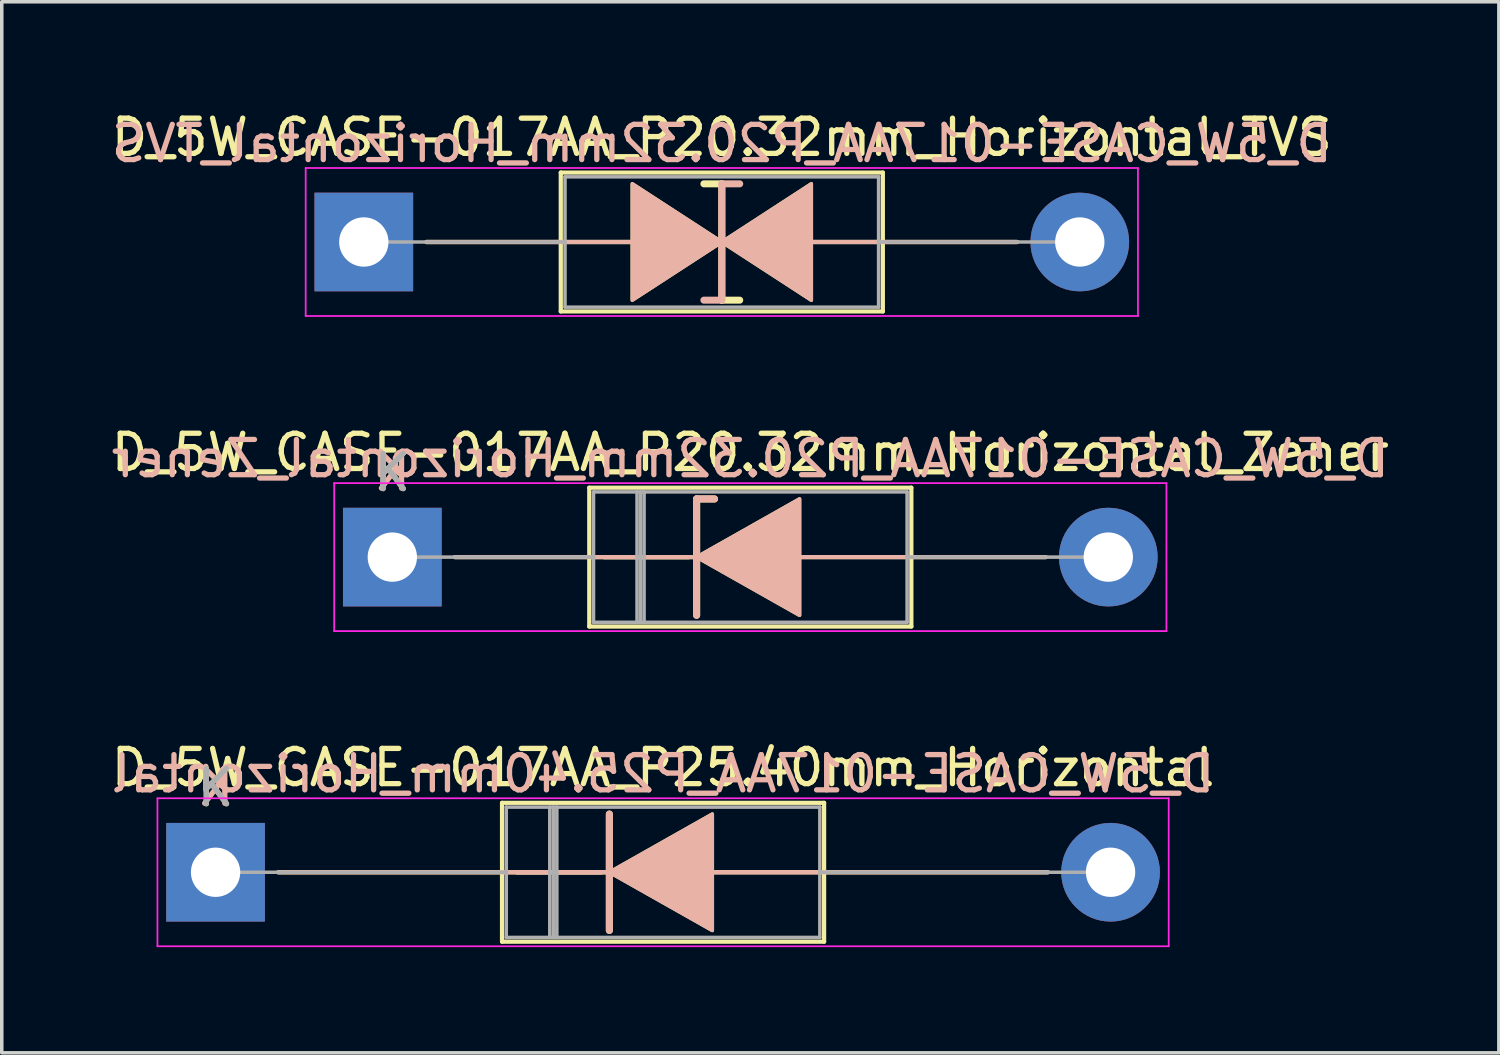
<source format=kicad_pcb>
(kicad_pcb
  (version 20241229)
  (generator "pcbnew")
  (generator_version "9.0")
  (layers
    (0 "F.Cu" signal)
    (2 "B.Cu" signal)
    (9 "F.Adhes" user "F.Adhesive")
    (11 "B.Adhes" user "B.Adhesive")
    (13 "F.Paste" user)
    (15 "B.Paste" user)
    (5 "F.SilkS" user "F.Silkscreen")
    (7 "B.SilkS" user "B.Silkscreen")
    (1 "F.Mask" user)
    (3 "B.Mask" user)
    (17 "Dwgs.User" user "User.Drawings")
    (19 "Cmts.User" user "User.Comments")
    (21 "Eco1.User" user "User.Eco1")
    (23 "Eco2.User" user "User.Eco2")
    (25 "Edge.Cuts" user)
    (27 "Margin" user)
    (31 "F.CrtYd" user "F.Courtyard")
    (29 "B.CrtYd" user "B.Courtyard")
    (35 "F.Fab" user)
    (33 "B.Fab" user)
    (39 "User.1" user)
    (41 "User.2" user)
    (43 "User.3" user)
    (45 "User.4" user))
  (footprint "D_5W_CASE-017AA_P20.32mm_Horizontal_TVS"
    (layer "F.Cu")
    (at 7.275 3.818)
    (property "Reference" "D_5W_CASE-017AA_P20.32mm_Horizontal_TVS" (at 10.16 -2.97 0) (layer "F.SilkS") (effects (font (size 1 1) (thickness 0.15))))
    (fp_line (start 1.778 0) (end 5.59 0) (stroke (width 0.12) (type solid)) (layer "F.SilkS"))
    (fp_line (start 5.588 0) (end 7.62 0) (stroke (width 0.12) (type solid)) (layer "F.SilkS"))
    (fp_line (start 5.59 -1.97) (end 5.59 1.97) (stroke (width 0.12) (type solid)) (layer "F.SilkS"))
    (fp_line (start 5.59 1.97) (end 14.73 1.97) (stroke (width 0.12) (type solid)) (layer "F.SilkS"))
    (fp_line (start 10.16 -1.651) (end 9.652 -1.651) (stroke (width 0.2) (type solid)) (layer "F.SilkS"))
    (fp_line (start 10.16 1.651) (end 10.16 -1.651) (stroke (width 0.2) (type solid)) (layer "F.SilkS"))
    (fp_line (start 10.668 1.651) (end 10.16 1.651) (stroke (width 0.2) (type solid)) (layer "F.SilkS"))
    (fp_line (start 14.73 -1.97) (end 5.59 -1.97) (stroke (width 0.12) (type solid)) (layer "F.SilkS"))
    (fp_line (start 14.73 0) (end 12.7 0) (stroke (width 0.12) (type solid)) (layer "F.SilkS"))
    (fp_line (start 14.73 1.97) (end 14.73 -1.97) (stroke (width 0.12) (type solid)) (layer "F.SilkS"))
    (fp_line (start 18.542 0) (end 14.73 0) (stroke (width 0.12) (type solid)) (layer "F.SilkS"))
    (fp_poly (pts (xy 10.16 0) (xy 7.62 1.651) (xy 7.62 -1.651)) (stroke (width 0.1) (type solid)) (fill yes) (layer "F.SilkS"))
    (fp_poly (pts (xy 10.16 0) (xy 12.7 -1.651) (xy 12.7 1.651)) (stroke (width 0.1) (type solid)) (fill yes) (layer "F.SilkS"))
    (fp_line (start 1.778 0) (end 5.59 0) (stroke (width 0.12) (type solid)) (layer "B.SilkS"))
    (fp_line (start 5.588 0) (end 7.62 0) (stroke (width 0.12) (type solid)) (layer "B.SilkS"))
    (fp_line (start 10.16 -1.651) (end 10.16 1.651) (stroke (width 0.2) (type solid)) (layer "B.SilkS"))
    (fp_line (start 10.16 1.651) (end 9.652 1.651) (stroke (width 0.2) (type solid)) (layer "B.SilkS"))
    (fp_line (start 10.668 -1.651) (end 10.16 -1.651) (stroke (width 0.2) (type solid)) (layer "B.SilkS"))
    (fp_line (start 14.73 0) (end 12.7 0) (stroke (width 0.12) (type solid)) (layer "B.SilkS"))
    (fp_line (start 18.542 0) (end 14.73 0) (stroke (width 0.12) (type solid)) (layer "B.SilkS"))
    (fp_poly (pts (xy 10.16 0) (xy 7.62 -1.651) (xy 7.62 1.651)) (stroke (width 0.1) (type solid)) (fill yes) (layer "B.SilkS"))
    (fp_poly (pts (xy 10.16 0) (xy 12.7 1.651) (xy 12.7 -1.651)) (stroke (width 0.1) (type solid)) (fill yes) (layer "B.SilkS"))
    (fp_line (start -1.65 -2.1) (end -1.65 2.1) (stroke (width 0.05) (type solid)) (layer "F.CrtYd"))
    (fp_line (start -1.65 2.1) (end 21.97 2.1) (stroke (width 0.05) (type solid)) (layer "F.CrtYd"))
    (fp_line (start 21.97 -2.1) (end -1.65 -2.1) (stroke (width 0.05) (type solid)) (layer "F.CrtYd"))
    (fp_line (start 21.97 2.1) (end 21.97 -2.1) (stroke (width 0.05) (type solid)) (layer "F.CrtYd"))
    (fp_line (start 0 0) (end 5.71 0) (stroke (width 0.1) (type solid)) (layer "F.Fab"))
    (fp_line (start 5.71 -1.85) (end 5.71 1.85) (stroke (width 0.1) (type solid)) (layer "F.Fab"))
    (fp_line (start 5.71 1.85) (end 14.61 1.85) (stroke (width 0.1) (type solid)) (layer "F.Fab"))
    (fp_line (start 14.61 -1.85) (end 5.71 -1.85) (stroke (width 0.1) (type solid)) (layer "F.Fab"))
    (fp_line (start 14.61 1.85) (end 14.61 -1.85) (stroke (width 0.1) (type solid)) (layer "F.Fab"))
    (fp_line (start 20.32 0) (end 14.61 0) (stroke (width 0.1) (type solid)) (layer "F.Fab"))
    (fp_text user "${REFERENCE}" (at 10.16 -2.794 0) (layer "B.SilkS") (effects (font (size 1 1) (thickness 0.15)) (justify mirror)))
    (pad "1" thru_hole rect (at 0 0) (size 2.8 2.8) (drill 1.4) (layers "*.Cu" "*.Mask"))
    (pad "2" thru_hole oval (at 20.32 0) (size 2.8 2.8) (drill 1.4) (layers "*.Cu" "*.Mask")))
  (footprint "D_5W_CASE-017AA_P20.32mm_Horizontal_Zener"
    (layer "F.Cu")
    (at 8.084 12.761)
    (property "Reference" "D_5W_CASE-017AA_P20.32mm_Horizontal_Zener" (at 10.16 -2.97 0) (layer "F.SilkS") (effects (font (size 1 1) (thickness 0.15))))
    (fp_line (start 1.778 0) (end 8.41 0) (stroke (width 0.12) (type solid)) (layer "F.SilkS"))
    (fp_line (start 5.59 -1.97) (end 5.59 1.97) (stroke (width 0.12) (type solid)) (layer "F.SilkS"))
    (fp_line (start 5.59 1.97) (end 14.73 1.97) (stroke (width 0.12) (type solid)) (layer "F.SilkS"))
    (fp_line (start 8.636 -1.651) (end 8.636 1.651) (stroke (width 0.2) (type solid)) (layer "F.SilkS"))
    (fp_line (start 8.636 -1.651) (end 9.144 -1.651) (stroke (width 0.2) (type solid)) (layer "F.SilkS"))
    (fp_line (start 8.636 0) (end 6.01 0) (stroke (width 0.12) (type solid)) (layer "F.SilkS"))
    (fp_line (start 14.73 -1.97) (end 5.59 -1.97) (stroke (width 0.12) (type solid)) (layer "F.SilkS"))
    (fp_line (start 14.73 1.97) (end 14.73 -1.97) (stroke (width 0.12) (type solid)) (layer "F.SilkS"))
    (fp_line (start 18.542 0) (end 11.43 0) (stroke (width 0.12) (type solid)) (layer "F.SilkS"))
    (fp_poly (pts (xy 11.557 1.651) (xy 8.636 0) (xy 11.557 -1.651)) (stroke (width 0.1) (type solid)) (fill yes) (layer "F.SilkS"))
    (fp_line (start 1.778 0) (end 8.41 0) (stroke (width 0.12) (type solid)) (layer "B.SilkS"))
    (fp_line (start 8.636 -1.651) (end 9.144 -1.651) (stroke (width 0.2) (type solid)) (layer "B.SilkS"))
    (fp_line (start 8.636 0) (end 6.01 0) (stroke (width 0.12) (type solid)) (layer "B.SilkS"))
    (fp_line (start 8.636 1.651) (end 8.636 -1.651) (stroke (width 0.2) (type solid)) (layer "B.SilkS"))
    (fp_line (start 18.542 0) (end 11.43 0) (stroke (width 0.12) (type solid)) (layer "B.SilkS"))
    (fp_poly (pts (xy 11.557 -1.651) (xy 8.636 0) (xy 11.557 1.651)) (stroke (width 0.1) (type solid)) (fill yes) (layer "B.SilkS"))
    (fp_line (start -1.65 -2.1) (end -1.65 2.1) (stroke (width 0.05) (type solid)) (layer "F.CrtYd"))
    (fp_line (start -1.65 2.1) (end 21.97 2.1) (stroke (width 0.05) (type solid)) (layer "F.CrtYd"))
    (fp_line (start 21.97 -2.1) (end -1.65 -2.1) (stroke (width 0.05) (type solid)) (layer "F.CrtYd"))
    (fp_line (start 21.97 2.1) (end 21.97 -2.1) (stroke (width 0.05) (type solid)) (layer "F.CrtYd"))
    (fp_line (start 0 0) (end 5.71 0) (stroke (width 0.1) (type solid)) (layer "F.Fab"))
    (fp_line (start 5.71 -1.85) (end 5.71 1.85) (stroke (width 0.1) (type solid)) (layer "F.Fab"))
    (fp_line (start 5.71 1.85) (end 14.61 1.85) (stroke (width 0.1) (type solid)) (layer "F.Fab"))
    (fp_line (start 6.945 -1.85) (end 6.945 1.85) (stroke (width 0.1) (type solid)) (layer "F.Fab"))
    (fp_line (start 7.045 -1.85) (end 7.045 1.85) (stroke (width 0.1) (type solid)) (layer "F.Fab"))
    (fp_line (start 7.145 -1.85) (end 7.145 1.85) (stroke (width 0.1) (type solid)) (layer "F.Fab"))
    (fp_line (start 14.61 -1.85) (end 5.71 -1.85) (stroke (width 0.1) (type solid)) (layer "F.Fab"))
    (fp_line (start 14.61 1.85) (end 14.61 -1.85) (stroke (width 0.1) (type solid)) (layer "F.Fab"))
    (fp_line (start 20.32 0) (end 14.61 0) (stroke (width 0.1) (type solid)) (layer "F.Fab"))
    (fp_text user "K" (at 0 -2.4 0) (layer "F.SilkS") (effects (font (size 1 1) (thickness 0.15))))
    (fp_text user "${REFERENCE}" (at 10.16 -2.794 0) (layer "B.SilkS") (effects (font (size 1 1) (thickness 0.15)) (justify mirror)))
    (fp_text user "K" (at 0 -2.413 0) (layer "B.SilkS") (effects (font (size 1 1) (thickness 0.15)) (justify mirror)))
    (fp_text user "K" (at 0 -2.4 0) (layer "F.Fab") (effects (font (size 1 1) (thickness 0.15))))
    (pad "1" thru_hole rect (at 0 0) (size 2.8 2.8) (drill 1.4) (layers "*.Cu" "*.Mask"))
    (pad "2" thru_hole oval (at 20.32 0) (size 2.8 2.8) (drill 1.4) (layers "*.Cu" "*.Mask")))
  (footprint "D_5W_CASE-017AA_P25.40mm_Horizontal"
    (layer "F.Cu")
    (at 3.068 21.705)
    (property "Reference" "D_5W_CASE-017AA_P25.40mm_Horizontal" (at 12.7 -2.97 0) (layer "F.SilkS") (effects (font (size 1 1) (thickness 0.15))))
    (fp_line (start 1.778 0) (end 10.95 0) (stroke (width 0.12) (type solid)) (layer "F.SilkS"))
    (fp_line (start 8.13 -1.97) (end 8.13 1.97) (stroke (width 0.12) (type solid)) (layer "F.SilkS"))
    (fp_line (start 8.13 1.97) (end 17.27 1.97) (stroke (width 0.12) (type solid)) (layer "F.SilkS"))
    (fp_line (start 11.176 -1.651) (end 11.176 1.651) (stroke (width 0.2) (type solid)) (layer "F.SilkS"))
    (fp_line (start 11.176 0) (end 8.55 0) (stroke (width 0.12) (type solid)) (layer "F.SilkS"))
    (fp_line (start 17.27 -1.97) (end 8.13 -1.97) (stroke (width 0.12) (type solid)) (layer "F.SilkS"))
    (fp_line (start 17.27 1.97) (end 17.27 -1.97) (stroke (width 0.12) (type solid)) (layer "F.SilkS"))
    (fp_line (start 23.622 0) (end 13.97 0) (stroke (width 0.12) (type solid)) (layer "F.SilkS"))
    (fp_poly (pts (xy 14.097 1.651) (xy 11.176 0) (xy 14.097 -1.651)) (stroke (width 0.1) (type solid)) (fill yes) (layer "F.SilkS"))
    (fp_line (start 1.778 0) (end 10.95 0) (stroke (width 0.12) (type solid)) (layer "B.SilkS"))
    (fp_line (start 11.176 0) (end 8.55 0) (stroke (width 0.12) (type solid)) (layer "B.SilkS"))
    (fp_line (start 11.176 1.651) (end 11.176 -1.651) (stroke (width 0.2) (type solid)) (layer "B.SilkS"))
    (fp_line (start 23.622 0) (end 13.97 0) (stroke (width 0.12) (type solid)) (layer "B.SilkS"))
    (fp_poly (pts (xy 14.097 -1.651) (xy 11.176 0) (xy 14.097 1.651)) (stroke (width 0.1) (type solid)) (fill yes) (layer "B.SilkS"))
    (fp_line (start -1.65 -2.1) (end -1.65 2.1) (stroke (width 0.05) (type solid)) (layer "F.CrtYd"))
    (fp_line (start -1.65 2.1) (end 27.05 2.1) (stroke (width 0.05) (type solid)) (layer "F.CrtYd"))
    (fp_line (start 27.05 -2.1) (end -1.65 -2.1) (stroke (width 0.05) (type solid)) (layer "F.CrtYd"))
    (fp_line (start 27.05 2.1) (end 27.05 -2.1) (stroke (width 0.05) (type solid)) (layer "F.CrtYd"))
    (fp_line (start 0 0) (end 8.25 0) (stroke (width 0.1) (type solid)) (layer "F.Fab"))
    (fp_line (start 8.25 -1.85) (end 8.25 1.85) (stroke (width 0.1) (type solid)) (layer "F.Fab"))
    (fp_line (start 8.25 1.85) (end 17.15 1.85) (stroke (width 0.1) (type solid)) (layer "F.Fab"))
    (fp_line (start 9.485 -1.85) (end 9.485 1.85) (stroke (width 0.1) (type solid)) (layer "F.Fab"))
    (fp_line (start 9.585 -1.85) (end 9.585 1.85) (stroke (width 0.1) (type solid)) (layer "F.Fab"))
    (fp_line (start 9.685 -1.85) (end 9.685 1.85) (stroke (width 0.1) (type solid)) (layer "F.Fab"))
    (fp_line (start 17.15 -1.85) (end 8.25 -1.85) (stroke (width 0.1) (type solid)) (layer "F.Fab"))
    (fp_line (start 17.15 1.85) (end 17.15 -1.85) (stroke (width 0.1) (type solid)) (layer "F.Fab"))
    (fp_line (start 25.4 0) (end 17.15 0) (stroke (width 0.1) (type solid)) (layer "F.Fab"))
    (fp_text user "K" (at 0 -2.4 0) (layer "F.SilkS") (effects (font (size 1 1) (thickness 0.15))))
    (fp_text user "K" (at 0 -2.413 0) (layer "B.SilkS") (effects (font (size 1 1) (thickness 0.15)) (justify mirror)))
    (fp_text user "${REFERENCE}" (at 12.7 -2.794 0) (layer "B.SilkS") (effects (font (size 1 1) (thickness 0.15)) (justify mirror)))
    (fp_text user "K" (at 0 -2.4 0) (layer "F.Fab") (effects (font (size 1 1) (thickness 0.15))))
    (pad "1" thru_hole rect (at 0 0) (size 2.8 2.8) (drill 1.4) (layers "*.Cu" "*.Mask"))
    (pad "2" thru_hole oval (at 25.4 0) (size 2.8 2.8) (drill 1.4) (layers "*.Cu" "*.Mask")))
  (gr_rect
    (start -3 -3)
    (end 39.488 26.83)
    (stroke (width 0.1) (type default))
    (fill no)
    (layer "Edge.Cuts")))
</source>
